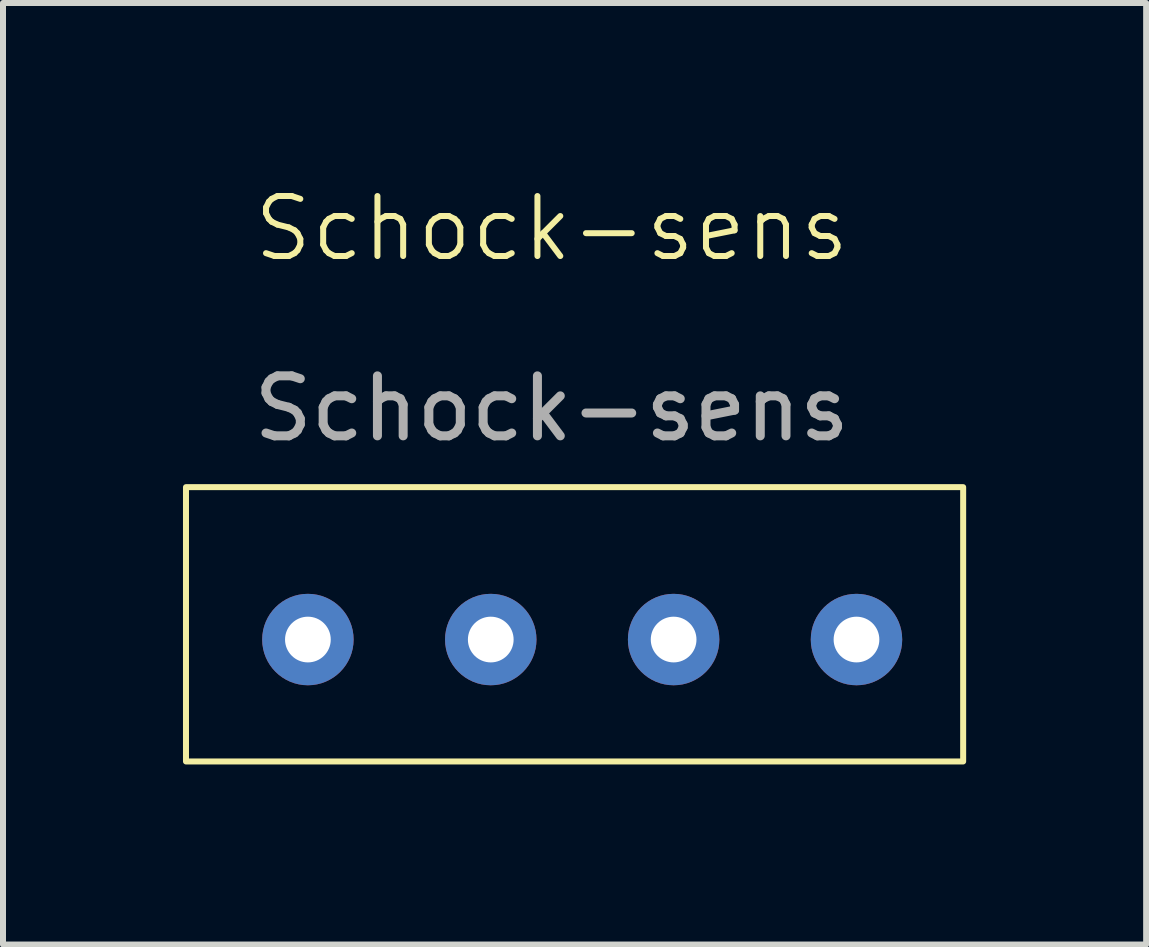
<source format=kicad_pcb>
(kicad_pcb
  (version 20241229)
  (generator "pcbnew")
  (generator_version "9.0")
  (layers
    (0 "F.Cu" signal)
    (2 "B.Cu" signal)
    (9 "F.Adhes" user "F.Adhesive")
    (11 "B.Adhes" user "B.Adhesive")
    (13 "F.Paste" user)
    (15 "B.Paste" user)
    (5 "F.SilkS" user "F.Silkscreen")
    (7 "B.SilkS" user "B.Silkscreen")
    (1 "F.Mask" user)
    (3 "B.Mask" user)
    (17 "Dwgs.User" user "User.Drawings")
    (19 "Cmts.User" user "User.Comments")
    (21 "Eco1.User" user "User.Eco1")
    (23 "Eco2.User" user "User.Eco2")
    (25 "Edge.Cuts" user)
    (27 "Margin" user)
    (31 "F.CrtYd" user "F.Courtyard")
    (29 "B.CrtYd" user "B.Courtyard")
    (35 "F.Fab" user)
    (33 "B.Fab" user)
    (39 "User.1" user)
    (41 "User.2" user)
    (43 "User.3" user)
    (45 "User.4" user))
  (footprint "Schock-sens"
    (layer "F.Cu")
    (at 6.146 1.26)
    (property "Reference" "Schock-sens" (at 0 -0.5 0) (unlocked yes) (layer "F.SilkS") (effects (font (size 1 1) (thickness 0.1))))
    (attr through_hole)
    (fp_rect (start -6.096 3.81) (end 6.858 8.382) (stroke (width 0.1) (type default)) (fill no) (layer "F.SilkS"))
    (fp_text user "${REFERENCE}" (at 0 2.5 0) (unlocked yes) (layer "F.Fab") (effects (font (size 1 1) (thickness 0.15))))
    (pad "1" thru_hole circle (at 5.08 6.35) (size 1.524 1.524) (drill 0.762) (layers "*.Cu" "*.Mask"))
    (pad "6" thru_hole circle (at 2.032 6.35) (size 1.524 1.524) (drill 0.762) (layers "*.Cu" "*.Mask"))
    (pad "7" thru_hole circle (at -1.016 6.35) (size 1.524 1.524) (drill 0.762) (layers "*.Cu" "*.Mask"))
    (pad "8" thru_hole circle (at -4.064 6.35) (size 1.524 1.524) (drill 0.762) (layers "*.Cu" "*.Mask")))
  (gr_rect
    (start -3 -3)
    (end 16.054 12.693)
    (stroke (width 0.1) (type default))
    (fill no)
    (layer "Edge.Cuts")))
</source>
